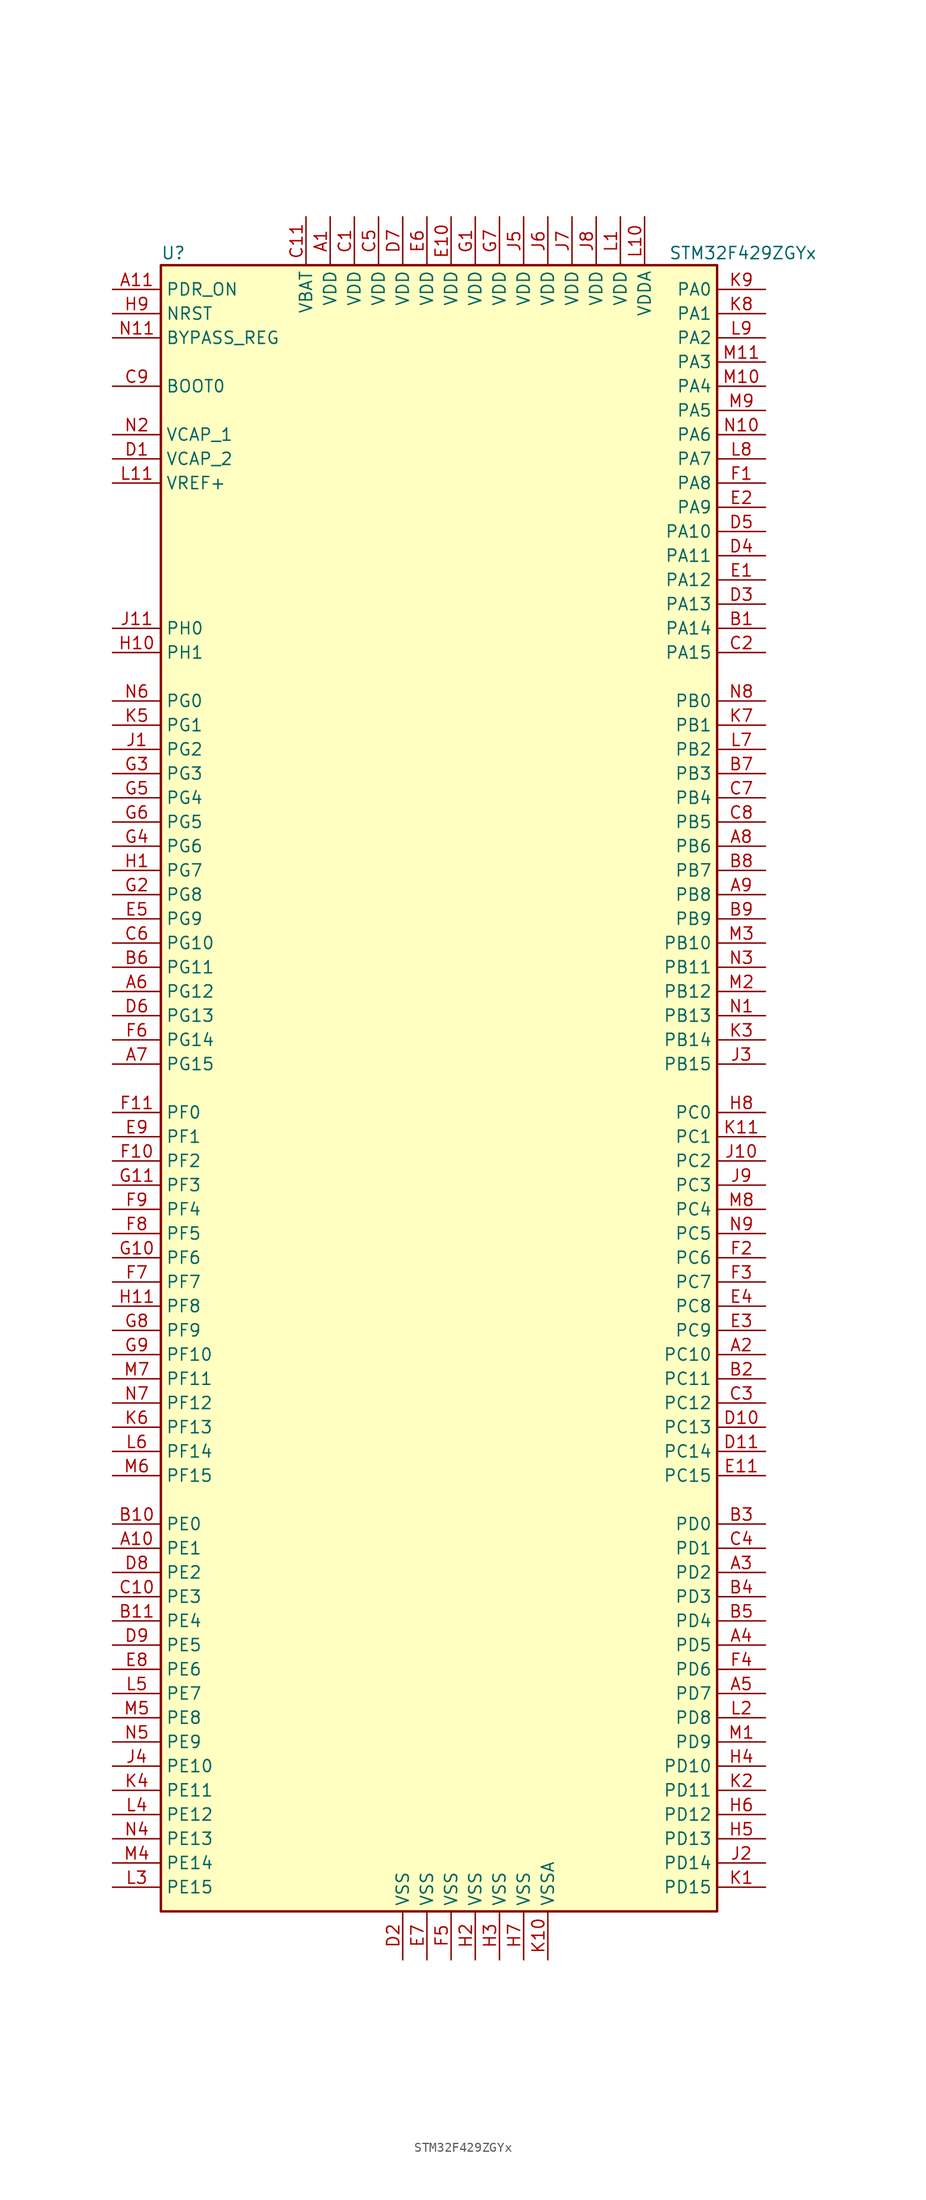
<source format=kicad_sym>
(kicad_symbol_lib
  (version 20201005)
  (generator kicad_symbol_editor)
  (symbol "STM32F429ZGYx"
    (property "Reference" "U"
      (at -30.48 87.63 0)
      (effects (font (size 1.27 1.27)) (justify left)))
    (property "Value" "STM32F429ZGYx"
      (at 22.86 87.63 0)
      (effects (font (size 1.27 1.27)) (justify left)))
    (symbol "STM32F429ZGYx_0_1"
      (rectangle (start -30.48 -86.36) (end 27.94 86.36) (stroke (width 0.254)) (fill (type background))))
    (symbol "STM32F429ZGYx_1_1"
      (pin power_in line (at -12.7 91.44 270) (length 5.08) (name "VDD" (effects (font (size 1.27 1.27)))) (number "A1" (effects (font (size 1.27 1.27)))))
      (pin bidirectional line (at -35.56 -48.26 0) (length 5.08) (name "PE1" (effects (font (size 1.27 1.27)))) (number "A10" (effects (font (size 1.27 1.27)))))
      (pin input line (at -35.56 83.82 0) (length 5.08) (name "PDR_ON" (effects (font (size 1.27 1.27)))) (number "A11" (effects (font (size 1.27 1.27)))))
      (pin bidirectional line (at 33.02 -27.94 180) (length 5.08) (name "PC10" (effects (font (size 1.27 1.27)))) (number "A2" (effects (font (size 1.27 1.27)))))
      (pin bidirectional line (at 33.02 -50.8 180) (length 5.08) (name "PD2" (effects (font (size 1.27 1.27)))) (number "A3" (effects (font (size 1.27 1.27)))))
      (pin bidirectional line (at 33.02 -58.42 180) (length 5.08) (name "PD5" (effects (font (size 1.27 1.27)))) (number "A4" (effects (font (size 1.27 1.27)))))
      (pin bidirectional line (at 33.02 -63.5 180) (length 5.08) (name "PD7" (effects (font (size 1.27 1.27)))) (number "A5" (effects (font (size 1.27 1.27)))))
      (pin bidirectional line (at -35.56 10.16 0) (length 5.08) (name "PG12" (effects (font (size 1.27 1.27)))) (number "A6" (effects (font (size 1.27 1.27)))))
      (pin bidirectional line (at -35.56 2.54 0) (length 5.08) (name "PG15" (effects (font (size 1.27 1.27)))) (number "A7" (effects (font (size 1.27 1.27)))))
      (pin bidirectional line (at 33.02 25.4 180) (length 5.08) (name "PB6" (effects (font (size 1.27 1.27)))) (number "A8" (effects (font (size 1.27 1.27)))))
      (pin bidirectional line (at 33.02 20.32 180) (length 5.08) (name "PB8" (effects (font (size 1.27 1.27)))) (number "A9" (effects (font (size 1.27 1.27)))))
      (pin bidirectional line (at 33.02 48.26 180) (length 5.08) (name "PA14" (effects (font (size 1.27 1.27)))) (number "B1" (effects (font (size 1.27 1.27)))))
      (pin bidirectional line (at -35.56 -45.72 0) (length 5.08) (name "PE0" (effects (font (size 1.27 1.27)))) (number "B10" (effects (font (size 1.27 1.27)))))
      (pin bidirectional line (at -35.56 -55.88 0) (length 5.08) (name "PE4" (effects (font (size 1.27 1.27)))) (number "B11" (effects (font (size 1.27 1.27)))))
      (pin bidirectional line (at 33.02 -30.48 180) (length 5.08) (name "PC11" (effects (font (size 1.27 1.27)))) (number "B2" (effects (font (size 1.27 1.27)))))
      (pin bidirectional line (at 33.02 -45.72 180) (length 5.08) (name "PD0" (effects (font (size 1.27 1.27)))) (number "B3" (effects (font (size 1.27 1.27)))))
      (pin bidirectional line (at 33.02 -53.34 180) (length 5.08) (name "PD3" (effects (font (size 1.27 1.27)))) (number "B4" (effects (font (size 1.27 1.27)))))
      (pin bidirectional line (at 33.02 -55.88 180) (length 5.08) (name "PD4" (effects (font (size 1.27 1.27)))) (number "B5" (effects (font (size 1.27 1.27)))))
      (pin bidirectional line (at -35.56 12.7 0) (length 5.08) (name "PG11" (effects (font (size 1.27 1.27)))) (number "B6" (effects (font (size 1.27 1.27)))))
      (pin bidirectional line (at 33.02 33.02 180) (length 5.08) (name "PB3" (effects (font (size 1.27 1.27)))) (number "B7" (effects (font (size 1.27 1.27)))))
      (pin bidirectional line (at 33.02 22.86 180) (length 5.08) (name "PB7" (effects (font (size 1.27 1.27)))) (number "B8" (effects (font (size 1.27 1.27)))))
      (pin bidirectional line (at 33.02 17.78 180) (length 5.08) (name "PB9" (effects (font (size 1.27 1.27)))) (number "B9" (effects (font (size 1.27 1.27)))))
      (pin power_in line (at -10.16 91.44 270) (length 5.08) (name "VDD" (effects (font (size 1.27 1.27)))) (number "C1" (effects (font (size 1.27 1.27)))))
      (pin bidirectional line (at -35.56 -53.34 0) (length 5.08) (name "PE3" (effects (font (size 1.27 1.27)))) (number "C10" (effects (font (size 1.27 1.27)))))
      (pin power_in line (at -15.24 91.44 270) (length 5.08) (name "VBAT" (effects (font (size 1.27 1.27)))) (number "C11" (effects (font (size 1.27 1.27)))))
      (pin bidirectional line (at 33.02 45.72 180) (length 5.08) (name "PA15" (effects (font (size 1.27 1.27)))) (number "C2" (effects (font (size 1.27 1.27)))))
      (pin bidirectional line (at 33.02 -33.02 180) (length 5.08) (name "PC12" (effects (font (size 1.27 1.27)))) (number "C3" (effects (font (size 1.27 1.27)))))
      (pin bidirectional line (at 33.02 -48.26 180) (length 5.08) (name "PD1" (effects (font (size 1.27 1.27)))) (number "C4" (effects (font (size 1.27 1.27)))))
      (pin power_in line (at -7.62 91.44 270) (length 5.08) (name "VDD" (effects (font (size 1.27 1.27)))) (number "C5" (effects (font (size 1.27 1.27)))))
      (pin bidirectional line (at -35.56 15.24 0) (length 5.08) (name "PG10" (effects (font (size 1.27 1.27)))) (number "C6" (effects (font (size 1.27 1.27)))))
      (pin bidirectional line (at 33.02 30.48 180) (length 5.08) (name "PB4" (effects (font (size 1.27 1.27)))) (number "C7" (effects (font (size 1.27 1.27)))))
      (pin bidirectional line (at 33.02 27.94 180) (length 5.08) (name "PB5" (effects (font (size 1.27 1.27)))) (number "C8" (effects (font (size 1.27 1.27)))))
      (pin input line (at -35.56 73.66 0) (length 5.08) (name "BOOT0" (effects (font (size 1.27 1.27)))) (number "C9" (effects (font (size 1.27 1.27)))))
      (pin power_in line (at -35.56 66.04 0) (length 5.08) (name "VCAP_2" (effects (font (size 1.27 1.27)))) (number "D1" (effects (font (size 1.27 1.27)))))
      (pin bidirectional line (at 33.02 -35.56 180) (length 5.08) (name "PC13" (effects (font (size 1.27 1.27)))) (number "D10" (effects (font (size 1.27 1.27)))))
      (pin bidirectional line (at 33.02 -38.1 180) (length 5.08) (name "PC14" (effects (font (size 1.27 1.27)))) (number "D11" (effects (font (size 1.27 1.27)))))
      (pin power_in line (at -5.08 -91.44 90) (length 5.08) (name "VSS" (effects (font (size 1.27 1.27)))) (number "D2" (effects (font (size 1.27 1.27)))))
      (pin bidirectional line (at 33.02 50.8 180) (length 5.08) (name "PA13" (effects (font (size 1.27 1.27)))) (number "D3" (effects (font (size 1.27 1.27)))))
      (pin bidirectional line (at 33.02 55.88 180) (length 5.08) (name "PA11" (effects (font (size 1.27 1.27)))) (number "D4" (effects (font (size 1.27 1.27)))))
      (pin bidirectional line (at 33.02 58.42 180) (length 5.08) (name "PA10" (effects (font (size 1.27 1.27)))) (number "D5" (effects (font (size 1.27 1.27)))))
      (pin bidirectional line (at -35.56 7.62 0) (length 5.08) (name "PG13" (effects (font (size 1.27 1.27)))) (number "D6" (effects (font (size 1.27 1.27)))))
      (pin power_in line (at -5.08 91.44 270) (length 5.08) (name "VDD" (effects (font (size 1.27 1.27)))) (number "D7" (effects (font (size 1.27 1.27)))))
      (pin bidirectional line (at -35.56 -50.8 0) (length 5.08) (name "PE2" (effects (font (size 1.27 1.27)))) (number "D8" (effects (font (size 1.27 1.27)))))
      (pin bidirectional line (at -35.56 -58.42 0) (length 5.08) (name "PE5" (effects (font (size 1.27 1.27)))) (number "D9" (effects (font (size 1.27 1.27)))))
      (pin bidirectional line (at 33.02 53.34 180) (length 5.08) (name "PA12" (effects (font (size 1.27 1.27)))) (number "E1" (effects (font (size 1.27 1.27)))))
      (pin power_in line (at 0 91.44 270) (length 5.08) (name "VDD" (effects (font (size 1.27 1.27)))) (number "E10" (effects (font (size 1.27 1.27)))))
      (pin bidirectional line (at 33.02 -40.64 180) (length 5.08) (name "PC15" (effects (font (size 1.27 1.27)))) (number "E11" (effects (font (size 1.27 1.27)))))
      (pin bidirectional line (at 33.02 60.96 180) (length 5.08) (name "PA9" (effects (font (size 1.27 1.27)))) (number "E2" (effects (font (size 1.27 1.27)))))
      (pin bidirectional line (at 33.02 -25.4 180) (length 5.08) (name "PC9" (effects (font (size 1.27 1.27)))) (number "E3" (effects (font (size 1.27 1.27)))))
      (pin bidirectional line (at 33.02 -22.86 180) (length 5.08) (name "PC8" (effects (font (size 1.27 1.27)))) (number "E4" (effects (font (size 1.27 1.27)))))
      (pin bidirectional line (at -35.56 17.78 0) (length 5.08) (name "PG9" (effects (font (size 1.27 1.27)))) (number "E5" (effects (font (size 1.27 1.27)))))
      (pin power_in line (at -2.54 91.44 270) (length 5.08) (name "VDD" (effects (font (size 1.27 1.27)))) (number "E6" (effects (font (size 1.27 1.27)))))
      (pin power_in line (at -2.54 -91.44 90) (length 5.08) (name "VSS" (effects (font (size 1.27 1.27)))) (number "E7" (effects (font (size 1.27 1.27)))))
      (pin bidirectional line (at -35.56 -60.96 0) (length 5.08) (name "PE6" (effects (font (size 1.27 1.27)))) (number "E8" (effects (font (size 1.27 1.27)))))
      (pin bidirectional line (at -35.56 -5.08 0) (length 5.08) (name "PF1" (effects (font (size 1.27 1.27)))) (number "E9" (effects (font (size 1.27 1.27)))))
      (pin bidirectional line (at 33.02 63.5 180) (length 5.08) (name "PA8" (effects (font (size 1.27 1.27)))) (number "F1" (effects (font (size 1.27 1.27)))))
      (pin bidirectional line (at -35.56 -7.62 0) (length 5.08) (name "PF2" (effects (font (size 1.27 1.27)))) (number "F10" (effects (font (size 1.27 1.27)))))
      (pin bidirectional line (at -35.56 -2.54 0) (length 5.08) (name "PF0" (effects (font (size 1.27 1.27)))) (number "F11" (effects (font (size 1.27 1.27)))))
      (pin bidirectional line (at 33.02 -17.78 180) (length 5.08) (name "PC6" (effects (font (size 1.27 1.27)))) (number "F2" (effects (font (size 1.27 1.27)))))
      (pin bidirectional line (at 33.02 -20.32 180) (length 5.08) (name "PC7" (effects (font (size 1.27 1.27)))) (number "F3" (effects (font (size 1.27 1.27)))))
      (pin bidirectional line (at 33.02 -60.96 180) (length 5.08) (name "PD6" (effects (font (size 1.27 1.27)))) (number "F4" (effects (font (size 1.27 1.27)))))
      (pin power_in line (at 0 -91.44 90) (length 5.08) (name "VSS" (effects (font (size 1.27 1.27)))) (number "F5" (effects (font (size 1.27 1.27)))))
      (pin bidirectional line (at -35.56 5.08 0) (length 5.08) (name "PG14" (effects (font (size 1.27 1.27)))) (number "F6" (effects (font (size 1.27 1.27)))))
      (pin bidirectional line (at -35.56 -20.32 0) (length 5.08) (name "PF7" (effects (font (size 1.27 1.27)))) (number "F7" (effects (font (size 1.27 1.27)))))
      (pin bidirectional line (at -35.56 -15.24 0) (length 5.08) (name "PF5" (effects (font (size 1.27 1.27)))) (number "F8" (effects (font (size 1.27 1.27)))))
      (pin bidirectional line (at -35.56 -12.7 0) (length 5.08) (name "PF4" (effects (font (size 1.27 1.27)))) (number "F9" (effects (font (size 1.27 1.27)))))
      (pin power_in line (at 2.54 91.44 270) (length 5.08) (name "VDD" (effects (font (size 1.27 1.27)))) (number "G1" (effects (font (size 1.27 1.27)))))
      (pin bidirectional line (at -35.56 -17.78 0) (length 5.08) (name "PF6" (effects (font (size 1.27 1.27)))) (number "G10" (effects (font (size 1.27 1.27)))))
      (pin bidirectional line (at -35.56 -10.16 0) (length 5.08) (name "PF3" (effects (font (size 1.27 1.27)))) (number "G11" (effects (font (size 1.27 1.27)))))
      (pin bidirectional line (at -35.56 20.32 0) (length 5.08) (name "PG8" (effects (font (size 1.27 1.27)))) (number "G2" (effects (font (size 1.27 1.27)))))
      (pin bidirectional line (at -35.56 33.02 0) (length 5.08) (name "PG3" (effects (font (size 1.27 1.27)))) (number "G3" (effects (font (size 1.27 1.27)))))
      (pin bidirectional line (at -35.56 25.4 0) (length 5.08) (name "PG6" (effects (font (size 1.27 1.27)))) (number "G4" (effects (font (size 1.27 1.27)))))
      (pin bidirectional line (at -35.56 30.48 0) (length 5.08) (name "PG4" (effects (font (size 1.27 1.27)))) (number "G5" (effects (font (size 1.27 1.27)))))
      (pin bidirectional line (at -35.56 27.94 0) (length 5.08) (name "PG5" (effects (font (size 1.27 1.27)))) (number "G6" (effects (font (size 1.27 1.27)))))
      (pin power_in line (at 5.08 91.44 270) (length 5.08) (name "VDD" (effects (font (size 1.27 1.27)))) (number "G7" (effects (font (size 1.27 1.27)))))
      (pin bidirectional line (at -35.56 -25.4 0) (length 5.08) (name "PF9" (effects (font (size 1.27 1.27)))) (number "G8" (effects (font (size 1.27 1.27)))))
      (pin bidirectional line (at -35.56 -27.94 0) (length 5.08) (name "PF10" (effects (font (size 1.27 1.27)))) (number "G9" (effects (font (size 1.27 1.27)))))
      (pin bidirectional line (at -35.56 22.86 0) (length 5.08) (name "PG7" (effects (font (size 1.27 1.27)))) (number "H1" (effects (font (size 1.27 1.27)))))
      (pin input line (at -35.56 45.72 0) (length 5.08) (name "PH1" (effects (font (size 1.27 1.27)))) (number "H10" (effects (font (size 1.27 1.27)))))
      (pin bidirectional line (at -35.56 -22.86 0) (length 5.08) (name "PF8" (effects (font (size 1.27 1.27)))) (number "H11" (effects (font (size 1.27 1.27)))))
      (pin power_in line (at 2.54 -91.44 90) (length 5.08) (name "VSS" (effects (font (size 1.27 1.27)))) (number "H2" (effects (font (size 1.27 1.27)))))
      (pin power_in line (at 5.08 -91.44 90) (length 5.08) (name "VSS" (effects (font (size 1.27 1.27)))) (number "H3" (effects (font (size 1.27 1.27)))))
      (pin bidirectional line (at 33.02 -71.12 180) (length 5.08) (name "PD10" (effects (font (size 1.27 1.27)))) (number "H4" (effects (font (size 1.27 1.27)))))
      (pin bidirectional line (at 33.02 -78.74 180) (length 5.08) (name "PD13" (effects (font (size 1.27 1.27)))) (number "H5" (effects (font (size 1.27 1.27)))))
      (pin bidirectional line (at 33.02 -76.2 180) (length 5.08) (name "PD12" (effects (font (size 1.27 1.27)))) (number "H6" (effects (font (size 1.27 1.27)))))
      (pin power_in line (at 7.62 -91.44 90) (length 5.08) (name "VSS" (effects (font (size 1.27 1.27)))) (number "H7" (effects (font (size 1.27 1.27)))))
      (pin bidirectional line (at 33.02 -2.54 180) (length 5.08) (name "PC0" (effects (font (size 1.27 1.27)))) (number "H8" (effects (font (size 1.27 1.27)))))
      (pin input line (at -35.56 81.28 0) (length 5.08) (name "NRST" (effects (font (size 1.27 1.27)))) (number "H9" (effects (font (size 1.27 1.27)))))
      (pin bidirectional line (at -35.56 35.56 0) (length 5.08) (name "PG2" (effects (font (size 1.27 1.27)))) (number "J1" (effects (font (size 1.27 1.27)))))
      (pin bidirectional line (at 33.02 -7.62 180) (length 5.08) (name "PC2" (effects (font (size 1.27 1.27)))) (number "J10" (effects (font (size 1.27 1.27)))))
      (pin input line (at -35.56 48.26 0) (length 5.08) (name "PH0" (effects (font (size 1.27 1.27)))) (number "J11" (effects (font (size 1.27 1.27)))))
      (pin bidirectional line (at 33.02 -81.28 180) (length 5.08) (name "PD14" (effects (font (size 1.27 1.27)))) (number "J2" (effects (font (size 1.27 1.27)))))
      (pin bidirectional line (at 33.02 2.54 180) (length 5.08) (name "PB15" (effects (font (size 1.27 1.27)))) (number "J3" (effects (font (size 1.27 1.27)))))
      (pin bidirectional line (at -35.56 -71.12 0) (length 5.08) (name "PE10" (effects (font (size 1.27 1.27)))) (number "J4" (effects (font (size 1.27 1.27)))))
      (pin power_in line (at 7.62 91.44 270) (length 5.08) (name "VDD" (effects (font (size 1.27 1.27)))) (number "J5" (effects (font (size 1.27 1.27)))))
      (pin power_in line (at 10.16 91.44 270) (length 5.08) (name "VDD" (effects (font (size 1.27 1.27)))) (number "J6" (effects (font (size 1.27 1.27)))))
      (pin power_in line (at 12.7 91.44 270) (length 5.08) (name "VDD" (effects (font (size 1.27 1.27)))) (number "J7" (effects (font (size 1.27 1.27)))))
      (pin power_in line (at 15.24 91.44 270) (length 5.08) (name "VDD" (effects (font (size 1.27 1.27)))) (number "J8" (effects (font (size 1.27 1.27)))))
      (pin bidirectional line (at 33.02 -10.16 180) (length 5.08) (name "PC3" (effects (font (size 1.27 1.27)))) (number "J9" (effects (font (size 1.27 1.27)))))
      (pin bidirectional line (at 33.02 -83.82 180) (length 5.08) (name "PD15" (effects (font (size 1.27 1.27)))) (number "K1" (effects (font (size 1.27 1.27)))))
      (pin power_in line (at 10.16 -91.44 90) (length 5.08) (name "VSSA" (effects (font (size 1.27 1.27)))) (number "K10" (effects (font (size 1.27 1.27)))))
      (pin bidirectional line (at 33.02 -5.08 180) (length 5.08) (name "PC1" (effects (font (size 1.27 1.27)))) (number "K11" (effects (font (size 1.27 1.27)))))
      (pin bidirectional line (at 33.02 -73.66 180) (length 5.08) (name "PD11" (effects (font (size 1.27 1.27)))) (number "K2" (effects (font (size 1.27 1.27)))))
      (pin bidirectional line (at 33.02 5.08 180) (length 5.08) (name "PB14" (effects (font (size 1.27 1.27)))) (number "K3" (effects (font (size 1.27 1.27)))))
      (pin bidirectional line (at -35.56 -73.66 0) (length 5.08) (name "PE11" (effects (font (size 1.27 1.27)))) (number "K4" (effects (font (size 1.27 1.27)))))
      (pin bidirectional line (at -35.56 38.1 0) (length 5.08) (name "PG1" (effects (font (size 1.27 1.27)))) (number "K5" (effects (font (size 1.27 1.27)))))
      (pin bidirectional line (at -35.56 -35.56 0) (length 5.08) (name "PF13" (effects (font (size 1.27 1.27)))) (number "K6" (effects (font (size 1.27 1.27)))))
      (pin bidirectional line (at 33.02 38.1 180) (length 5.08) (name "PB1" (effects (font (size 1.27 1.27)))) (number "K7" (effects (font (size 1.27 1.27)))))
      (pin bidirectional line (at 33.02 81.28 180) (length 5.08) (name "PA1" (effects (font (size 1.27 1.27)))) (number "K8" (effects (font (size 1.27 1.27)))))
      (pin bidirectional line (at 33.02 83.82 180) (length 5.08) (name "PA0" (effects (font (size 1.27 1.27)))) (number "K9" (effects (font (size 1.27 1.27)))))
      (pin power_in line (at 17.78 91.44 270) (length 5.08) (name "VDD" (effects (font (size 1.27 1.27)))) (number "L1" (effects (font (size 1.27 1.27)))))
      (pin power_in line (at 20.32 91.44 270) (length 5.08) (name "VDDA" (effects (font (size 1.27 1.27)))) (number "L10" (effects (font (size 1.27 1.27)))))
      (pin power_in line (at -35.56 63.5 0) (length 5.08) (name "VREF+" (effects (font (size 1.27 1.27)))) (number "L11" (effects (font (size 1.27 1.27)))))
      (pin bidirectional line (at 33.02 -66.04 180) (length 5.08) (name "PD8" (effects (font (size 1.27 1.27)))) (number "L2" (effects (font (size 1.27 1.27)))))
      (pin bidirectional line (at -35.56 -83.82 0) (length 5.08) (name "PE15" (effects (font (size 1.27 1.27)))) (number "L3" (effects (font (size 1.27 1.27)))))
      (pin bidirectional line (at -35.56 -76.2 0) (length 5.08) (name "PE12" (effects (font (size 1.27 1.27)))) (number "L4" (effects (font (size 1.27 1.27)))))
      (pin bidirectional line (at -35.56 -63.5 0) (length 5.08) (name "PE7" (effects (font (size 1.27 1.27)))) (number "L5" (effects (font (size 1.27 1.27)))))
      (pin bidirectional line (at -35.56 -38.1 0) (length 5.08) (name "PF14" (effects (font (size 1.27 1.27)))) (number "L6" (effects (font (size 1.27 1.27)))))
      (pin bidirectional line (at 33.02 35.56 180) (length 5.08) (name "PB2" (effects (font (size 1.27 1.27)))) (number "L7" (effects (font (size 1.27 1.27)))))
      (pin bidirectional line (at 33.02 66.04 180) (length 5.08) (name "PA7" (effects (font (size 1.27 1.27)))) (number "L8" (effects (font (size 1.27 1.27)))))
      (pin bidirectional line (at 33.02 78.74 180) (length 5.08) (name "PA2" (effects (font (size 1.27 1.27)))) (number "L9" (effects (font (size 1.27 1.27)))))
      (pin bidirectional line (at 33.02 -68.58 180) (length 5.08) (name "PD9" (effects (font (size 1.27 1.27)))) (number "M1" (effects (font (size 1.27 1.27)))))
      (pin bidirectional line (at 33.02 73.66 180) (length 5.08) (name "PA4" (effects (font (size 1.27 1.27)))) (number "M10" (effects (font (size 1.27 1.27)))))
      (pin bidirectional line (at 33.02 76.2 180) (length 5.08) (name "PA3" (effects (font (size 1.27 1.27)))) (number "M11" (effects (font (size 1.27 1.27)))))
      (pin bidirectional line (at 33.02 10.16 180) (length 5.08) (name "PB12" (effects (font (size 1.27 1.27)))) (number "M2" (effects (font (size 1.27 1.27)))))
      (pin bidirectional line (at 33.02 15.24 180) (length 5.08) (name "PB10" (effects (font (size 1.27 1.27)))) (number "M3" (effects (font (size 1.27 1.27)))))
      (pin bidirectional line (at -35.56 -81.28 0) (length 5.08) (name "PE14" (effects (font (size 1.27 1.27)))) (number "M4" (effects (font (size 1.27 1.27)))))
      (pin bidirectional line (at -35.56 -66.04 0) (length 5.08) (name "PE8" (effects (font (size 1.27 1.27)))) (number "M5" (effects (font (size 1.27 1.27)))))
      (pin bidirectional line (at -35.56 -40.64 0) (length 5.08) (name "PF15" (effects (font (size 1.27 1.27)))) (number "M6" (effects (font (size 1.27 1.27)))))
      (pin bidirectional line (at -35.56 -30.48 0) (length 5.08) (name "PF11" (effects (font (size 1.27 1.27)))) (number "M7" (effects (font (size 1.27 1.27)))))
      (pin bidirectional line (at 33.02 -12.7 180) (length 5.08) (name "PC4" (effects (font (size 1.27 1.27)))) (number "M8" (effects (font (size 1.27 1.27)))))
      (pin bidirectional line (at 33.02 71.12 180) (length 5.08) (name "PA5" (effects (font (size 1.27 1.27)))) (number "M9" (effects (font (size 1.27 1.27)))))
      (pin bidirectional line (at 33.02 7.62 180) (length 5.08) (name "PB13" (effects (font (size 1.27 1.27)))) (number "N1" (effects (font (size 1.27 1.27)))))
      (pin bidirectional line (at 33.02 68.58 180) (length 5.08) (name "PA6" (effects (font (size 1.27 1.27)))) (number "N10" (effects (font (size 1.27 1.27)))))
      (pin input line (at -35.56 78.74 0) (length 5.08) (name "BYPASS_REG" (effects (font (size 1.27 1.27)))) (number "N11" (effects (font (size 1.27 1.27)))))
      (pin power_in line (at -35.56 68.58 0) (length 5.08) (name "VCAP_1" (effects (font (size 1.27 1.27)))) (number "N2" (effects (font (size 1.27 1.27)))))
      (pin bidirectional line (at 33.02 12.7 180) (length 5.08) (name "PB11" (effects (font (size 1.27 1.27)))) (number "N3" (effects (font (size 1.27 1.27)))))
      (pin bidirectional line (at -35.56 -78.74 0) (length 5.08) (name "PE13" (effects (font (size 1.27 1.27)))) (number "N4" (effects (font (size 1.27 1.27)))))
      (pin bidirectional line (at -35.56 -68.58 0) (length 5.08) (name "PE9" (effects (font (size 1.27 1.27)))) (number "N5" (effects (font (size 1.27 1.27)))))
      (pin bidirectional line (at -35.56 40.64 0) (length 5.08) (name "PG0" (effects (font (size 1.27 1.27)))) (number "N6" (effects (font (size 1.27 1.27)))))
      (pin bidirectional line (at -35.56 -33.02 0) (length 5.08) (name "PF12" (effects (font (size 1.27 1.27)))) (number "N7" (effects (font (size 1.27 1.27)))))
      (pin bidirectional line (at 33.02 40.64 180) (length 5.08) (name "PB0" (effects (font (size 1.27 1.27)))) (number "N8" (effects (font (size 1.27 1.27)))))
      (pin bidirectional line (at 33.02 -15.24 180) (length 5.08) (name "PC5" (effects (font (size 1.27 1.27)))) (number "N9" (effects (font (size 1.27 1.27))))))))
</source>
